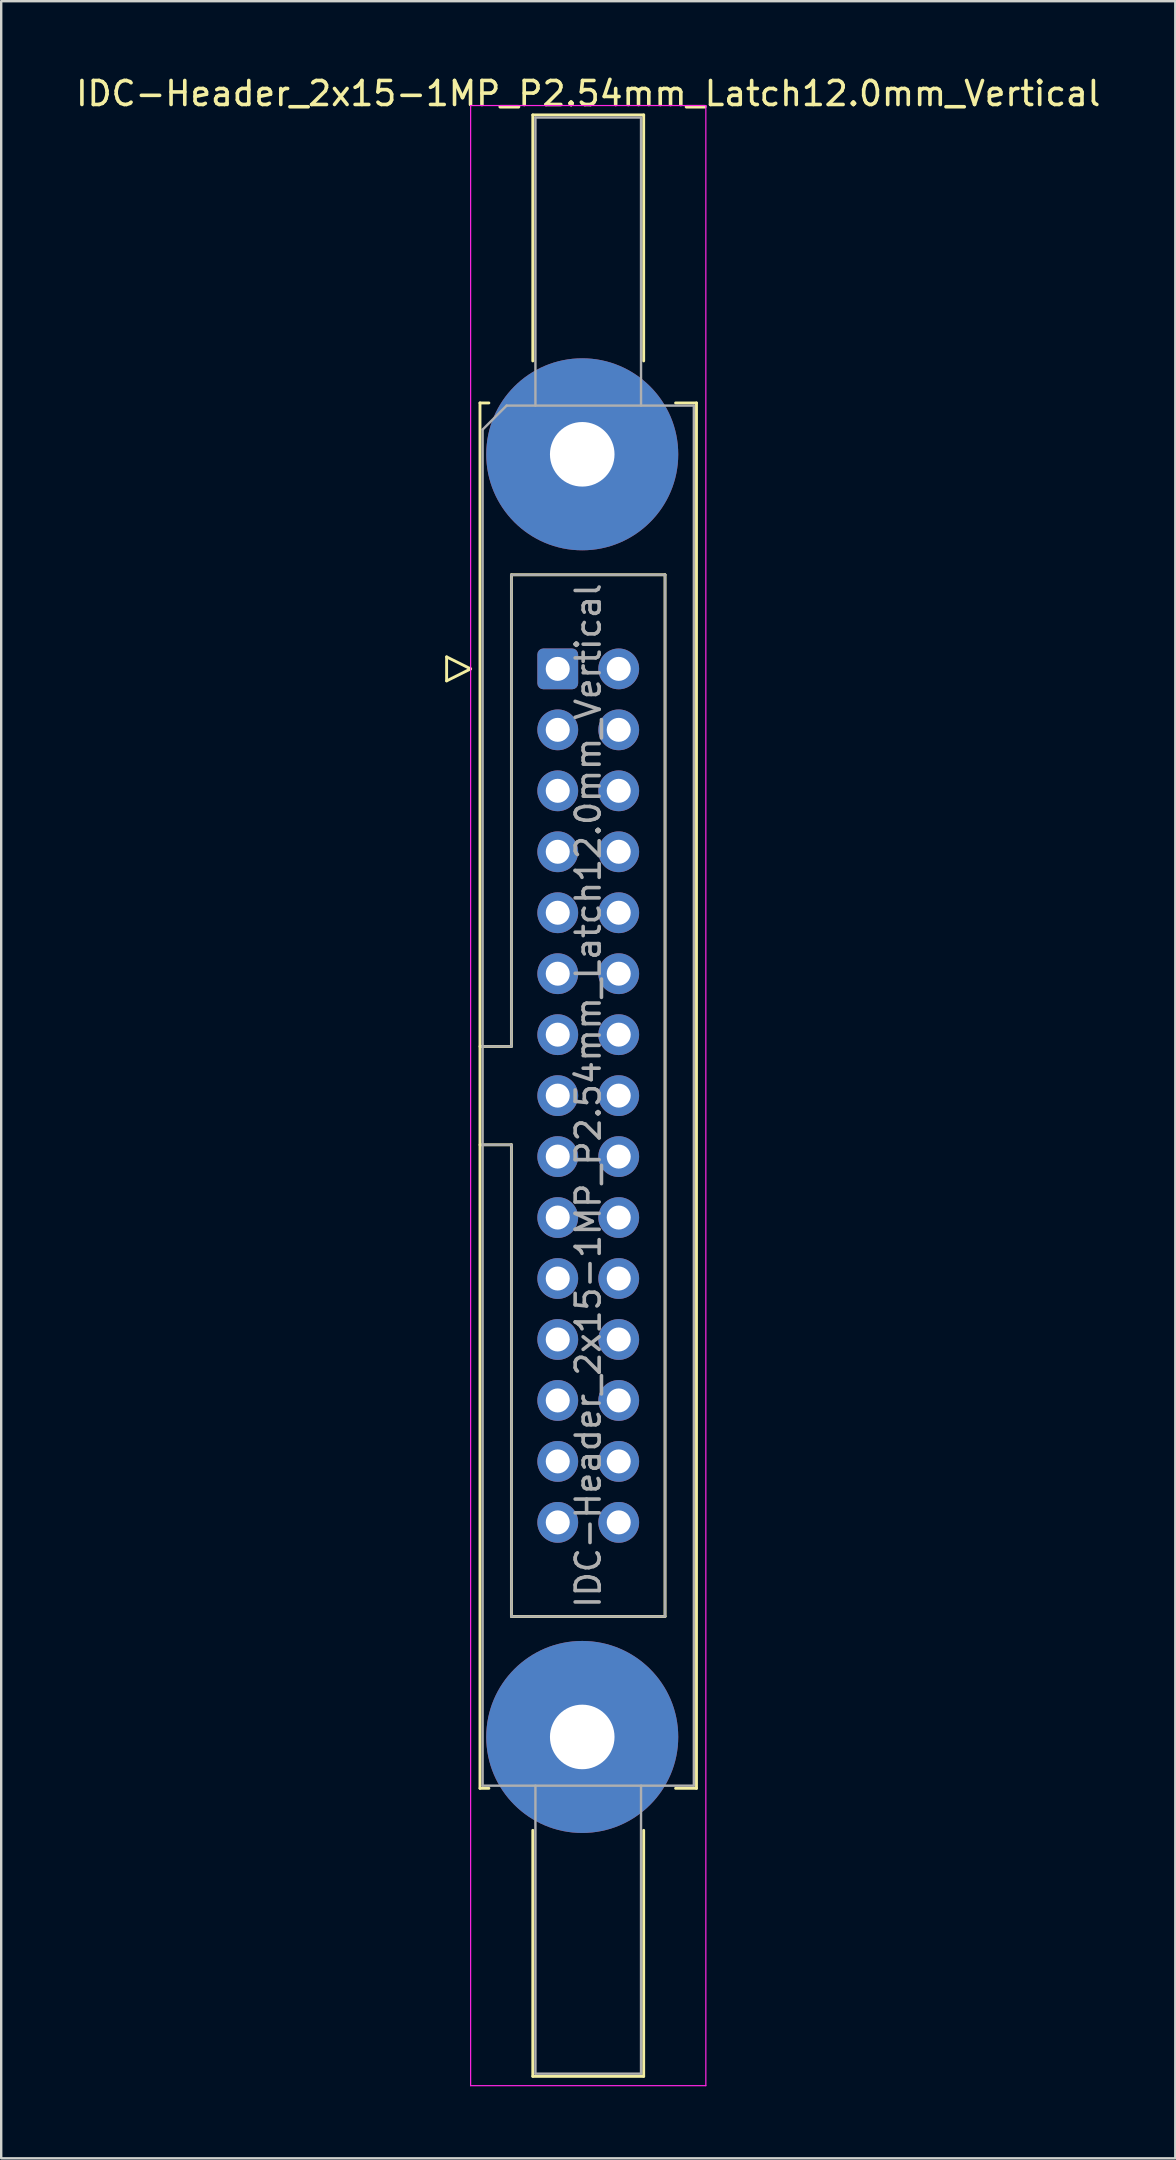
<source format=kicad_pcb>
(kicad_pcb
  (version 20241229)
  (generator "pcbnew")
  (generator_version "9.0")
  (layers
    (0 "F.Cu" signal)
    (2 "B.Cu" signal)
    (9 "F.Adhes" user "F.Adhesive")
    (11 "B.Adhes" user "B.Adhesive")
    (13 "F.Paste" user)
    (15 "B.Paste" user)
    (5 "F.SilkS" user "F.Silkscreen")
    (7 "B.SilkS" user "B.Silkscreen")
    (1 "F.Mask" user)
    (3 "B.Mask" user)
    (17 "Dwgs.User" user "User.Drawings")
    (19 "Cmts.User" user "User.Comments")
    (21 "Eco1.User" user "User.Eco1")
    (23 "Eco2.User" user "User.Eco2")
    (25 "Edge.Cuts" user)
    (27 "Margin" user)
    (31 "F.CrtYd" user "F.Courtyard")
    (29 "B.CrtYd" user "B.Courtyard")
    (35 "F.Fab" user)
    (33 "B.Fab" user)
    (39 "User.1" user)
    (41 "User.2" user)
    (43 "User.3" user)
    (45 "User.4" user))
  (footprint "IDC-Header_2x15-1MP_P2.54mm_Latch12.0mm_Vertical"
    (layer "F.Cu")
    (at 20.188 24.818)
    (property "Reference" "IDC-Header_2x15-1MP_P2.54mm_Latch12.0mm_Vertical" (at 1.27 -23.97 0) (layer "F.SilkS") (effects (font (size 1 1) (thickness 0.15))))
    (attr through_hole)
    (fp_line (start -4.63 -0.5) (end -4.63 0.5) (stroke (width 0.12) (type solid)) (layer "F.SilkS"))
    (fp_line (start -4.63 0.5) (end -3.63 0) (stroke (width 0.12) (type solid)) (layer "F.SilkS"))
    (fp_line (start -3.63 0) (end -4.63 -0.5) (stroke (width 0.12) (type solid)) (layer "F.SilkS"))
    (fp_line (start -3.24 -11.08) (end -3.24 46.64) (stroke (width 0.12) (type solid)) (layer "F.SilkS"))
    (fp_line (start -3.24 15.73) (end -1.93 15.73) (stroke (width 0.12) (type solid)) (layer "F.SilkS"))
    (fp_line (start -3.24 46.64) (end -2.87 46.64) (stroke (width 0.12) (type solid)) (layer "F.SilkS"))
    (fp_line (start -2.87 -11.08) (end -3.24 -11.08) (stroke (width 0.12) (type solid)) (layer "F.SilkS"))
    (fp_line (start -1.93 -3.92) (end 4.47 -3.92) (stroke (width 0.12) (type solid)) (layer "F.SilkS"))
    (fp_line (start -1.93 15.73) (end -1.93 -3.92) (stroke (width 0.12) (type solid)) (layer "F.SilkS"))
    (fp_line (start -1.93 19.83) (end -3.24 19.83) (stroke (width 0.12) (type solid)) (layer "F.SilkS"))
    (fp_line (start -1.93 19.83) (end -1.93 19.83) (stroke (width 0.12) (type solid)) (layer "F.SilkS"))
    (fp_line (start -1.93 39.48) (end -1.93 19.83) (stroke (width 0.12) (type solid)) (layer "F.SilkS"))
    (fp_line (start -1.04 -23.08) (end 3.58 -23.08) (stroke (width 0.12) (type solid)) (layer "F.SilkS"))
    (fp_line (start -1.04 -12.83) (end -1.04 -23.08) (stroke (width 0.12) (type solid)) (layer "F.SilkS"))
    (fp_line (start -1.04 48.39) (end -1.04 58.64) (stroke (width 0.12) (type solid)) (layer "F.SilkS"))
    (fp_line (start -1.04 58.64) (end 3.58 58.64) (stroke (width 0.12) (type solid)) (layer "F.SilkS"))
    (fp_line (start 3.58 -23.08) (end 3.58 -12.83) (stroke (width 0.12) (type solid)) (layer "F.SilkS"))
    (fp_line (start 3.58 58.64) (end 3.58 48.39) (stroke (width 0.12) (type solid)) (layer "F.SilkS"))
    (fp_line (start 4.47 -3.92) (end 4.47 39.48) (stroke (width 0.12) (type solid)) (layer "F.SilkS"))
    (fp_line (start 4.47 39.48) (end -1.93 39.48) (stroke (width 0.12) (type solid)) (layer "F.SilkS"))
    (fp_line (start 4.91 -11.08) (end 5.78 -11.08) (stroke (width 0.12) (type solid)) (layer "F.SilkS"))
    (fp_line (start 5.78 -11.08) (end 5.78 46.64) (stroke (width 0.12) (type solid)) (layer "F.SilkS"))
    (fp_line (start 5.78 46.64) (end 4.91 46.64) (stroke (width 0.12) (type solid)) (layer "F.SilkS"))
    (fp_line (start -3.63 -23.47) (end -3.63 59.03) (stroke (width 0.05) (type solid)) (layer "F.CrtYd"))
    (fp_line (start -3.63 59.03) (end 6.17 59.03) (stroke (width 0.05) (type solid)) (layer "F.CrtYd"))
    (fp_line (start 6.17 -23.47) (end -3.63 -23.47) (stroke (width 0.05) (type solid)) (layer "F.CrtYd"))
    (fp_line (start 6.17 59.03) (end 6.17 -23.47) (stroke (width 0.05) (type solid)) (layer "F.CrtYd"))
    (fp_line (start -3.13 -9.97) (end -2.13 -10.97) (stroke (width 0.1) (type solid)) (layer "F.Fab"))
    (fp_line (start -3.13 15.73) (end -1.93 15.73) (stroke (width 0.1) (type solid)) (layer "F.Fab"))
    (fp_line (start -3.13 46.53) (end -3.13 -9.97) (stroke (width 0.1) (type solid)) (layer "F.Fab"))
    (fp_line (start -2.13 -10.97) (end 5.67 -10.97) (stroke (width 0.1) (type solid)) (layer "F.Fab"))
    (fp_line (start -1.93 -3.92) (end 4.47 -3.92) (stroke (width 0.1) (type solid)) (layer "F.Fab"))
    (fp_line (start -1.93 15.73) (end -1.93 -3.92) (stroke (width 0.1) (type solid)) (layer "F.Fab"))
    (fp_line (start -1.93 19.83) (end -3.13 19.83) (stroke (width 0.1) (type solid)) (layer "F.Fab"))
    (fp_line (start -1.93 19.83) (end -1.93 19.83) (stroke (width 0.1) (type solid)) (layer "F.Fab"))
    (fp_line (start -1.93 39.48) (end -1.93 19.83) (stroke (width 0.1) (type solid)) (layer "F.Fab"))
    (fp_line (start -0.93 -22.97) (end 3.47 -22.97) (stroke (width 0.1) (type solid)) (layer "F.Fab"))
    (fp_line (start -0.93 -10.97) (end -0.93 -22.97) (stroke (width 0.1) (type solid)) (layer "F.Fab"))
    (fp_line (start -0.93 46.53) (end -0.93 58.53) (stroke (width 0.1) (type solid)) (layer "F.Fab"))
    (fp_line (start -0.93 58.53) (end 3.47 58.53) (stroke (width 0.1) (type solid)) (layer "F.Fab"))
    (fp_line (start 3.47 -22.97) (end 3.47 -10.97) (stroke (width 0.1) (type solid)) (layer "F.Fab"))
    (fp_line (start 3.47 58.53) (end 3.47 46.53) (stroke (width 0.1) (type solid)) (layer "F.Fab"))
    (fp_line (start 4.47 -3.92) (end 4.47 39.48) (stroke (width 0.1) (type solid)) (layer "F.Fab"))
    (fp_line (start 4.47 39.48) (end -1.93 39.48) (stroke (width 0.1) (type solid)) (layer "F.Fab"))
    (fp_line (start 5.67 -10.97) (end 5.67 46.53) (stroke (width 0.1) (type solid)) (layer "F.Fab"))
    (fp_line (start 5.67 46.53) (end -3.13 46.53) (stroke (width 0.1) (type solid)) (layer "F.Fab"))
    (fp_text user "${REFERENCE}" (at 1.27 17.78 90) (layer "F.Fab") (effects (font (size 1 1) (thickness 0.15))))
    (pad "1" thru_hole roundrect (at 0 0) (size 1.7 1.7) (drill 1) (layers "*.Cu" "*.Mask") (roundrect_rratio 0.147))
    (pad "2" thru_hole circle (at 2.54 0) (size 1.7 1.7) (drill 1) (layers "*.Cu" "*.Mask"))
    (pad "3" thru_hole circle (at 0 2.54) (size 1.7 1.7) (drill 1) (layers "*.Cu" "*.Mask"))
    (pad "4" thru_hole circle (at 2.54 2.54) (size 1.7 1.7) (drill 1) (layers "*.Cu" "*.Mask"))
    (pad "5" thru_hole circle (at 0 5.08) (size 1.7 1.7) (drill 1) (layers "*.Cu" "*.Mask"))
    (pad "6" thru_hole circle (at 2.54 5.08) (size 1.7 1.7) (drill 1) (layers "*.Cu" "*.Mask"))
    (pad "7" thru_hole circle (at 0 7.62) (size 1.7 1.7) (drill 1) (layers "*.Cu" "*.Mask"))
    (pad "8" thru_hole circle (at 2.54 7.62) (size 1.7 1.7) (drill 1) (layers "*.Cu" "*.Mask"))
    (pad "9" thru_hole circle (at 0 10.16) (size 1.7 1.7) (drill 1) (layers "*.Cu" "*.Mask"))
    (pad "10" thru_hole circle (at 2.54 10.16) (size 1.7 1.7) (drill 1) (layers "*.Cu" "*.Mask"))
    (pad "11" thru_hole circle (at 0 12.7) (size 1.7 1.7) (drill 1) (layers "*.Cu" "*.Mask"))
    (pad "12" thru_hole circle (at 2.54 12.7) (size 1.7 1.7) (drill 1) (layers "*.Cu" "*.Mask"))
    (pad "13" thru_hole circle (at 0 15.24) (size 1.7 1.7) (drill 1) (layers "*.Cu" "*.Mask"))
    (pad "14" thru_hole circle (at 2.54 15.24) (size 1.7 1.7) (drill 1) (layers "*.Cu" "*.Mask"))
    (pad "15" thru_hole circle (at 0 17.78) (size 1.7 1.7) (drill 1) (layers "*.Cu" "*.Mask"))
    (pad "16" thru_hole circle (at 2.54 17.78) (size 1.7 1.7) (drill 1) (layers "*.Cu" "*.Mask"))
    (pad "17" thru_hole circle (at 0 20.32) (size 1.7 1.7) (drill 1) (layers "*.Cu" "*.Mask"))
    (pad "18" thru_hole circle (at 2.54 20.32) (size 1.7 1.7) (drill 1) (layers "*.Cu" "*.Mask"))
    (pad "19" thru_hole circle (at 0 22.86) (size 1.7 1.7) (drill 1) (layers "*.Cu" "*.Mask"))
    (pad "20" thru_hole circle (at 2.54 22.86) (size 1.7 1.7) (drill 1) (layers "*.Cu" "*.Mask"))
    (pad "21" thru_hole circle (at 0 25.4) (size 1.7 1.7) (drill 1) (layers "*.Cu" "*.Mask"))
    (pad "22" thru_hole circle (at 2.54 25.4) (size 1.7 1.7) (drill 1) (layers "*.Cu" "*.Mask"))
    (pad "23" thru_hole circle (at 0 27.94) (size 1.7 1.7) (drill 1) (layers "*.Cu" "*.Mask"))
    (pad "24" thru_hole circle (at 2.54 27.94) (size 1.7 1.7) (drill 1) (layers "*.Cu" "*.Mask"))
    (pad "25" thru_hole circle (at 0 30.48) (size 1.7 1.7) (drill 1) (layers "*.Cu" "*.Mask"))
    (pad "26" thru_hole circle (at 2.54 30.48) (size 1.7 1.7) (drill 1) (layers "*.Cu" "*.Mask"))
    (pad "27" thru_hole circle (at 0 33.02) (size 1.7 1.7) (drill 1) (layers "*.Cu" "*.Mask"))
    (pad "28" thru_hole circle (at 2.54 33.02) (size 1.7 1.7) (drill 1) (layers "*.Cu" "*.Mask"))
    (pad "29" thru_hole circle (at 0 35.56) (size 1.7 1.7) (drill 1) (layers "*.Cu" "*.Mask"))
    (pad "30" thru_hole circle (at 2.54 35.56) (size 1.7 1.7) (drill 1) (layers "*.Cu" "*.Mask"))
    (pad "MP" thru_hole circle (at 1.02 -8.94) (size 8 8) (drill 2.69) (layers "*.Cu" "*.Mask"))
    (pad "MP" thru_hole circle (at 1.02 44.5) (size 8 8) (drill 2.69) (layers "*.Cu" "*.Mask")))
  (gr_rect
    (start -3 -3)
    (end 45.917 86.873)
    (stroke (width 0.1) (type default))
    (fill no)
    (layer "Edge.Cuts")))
</source>
